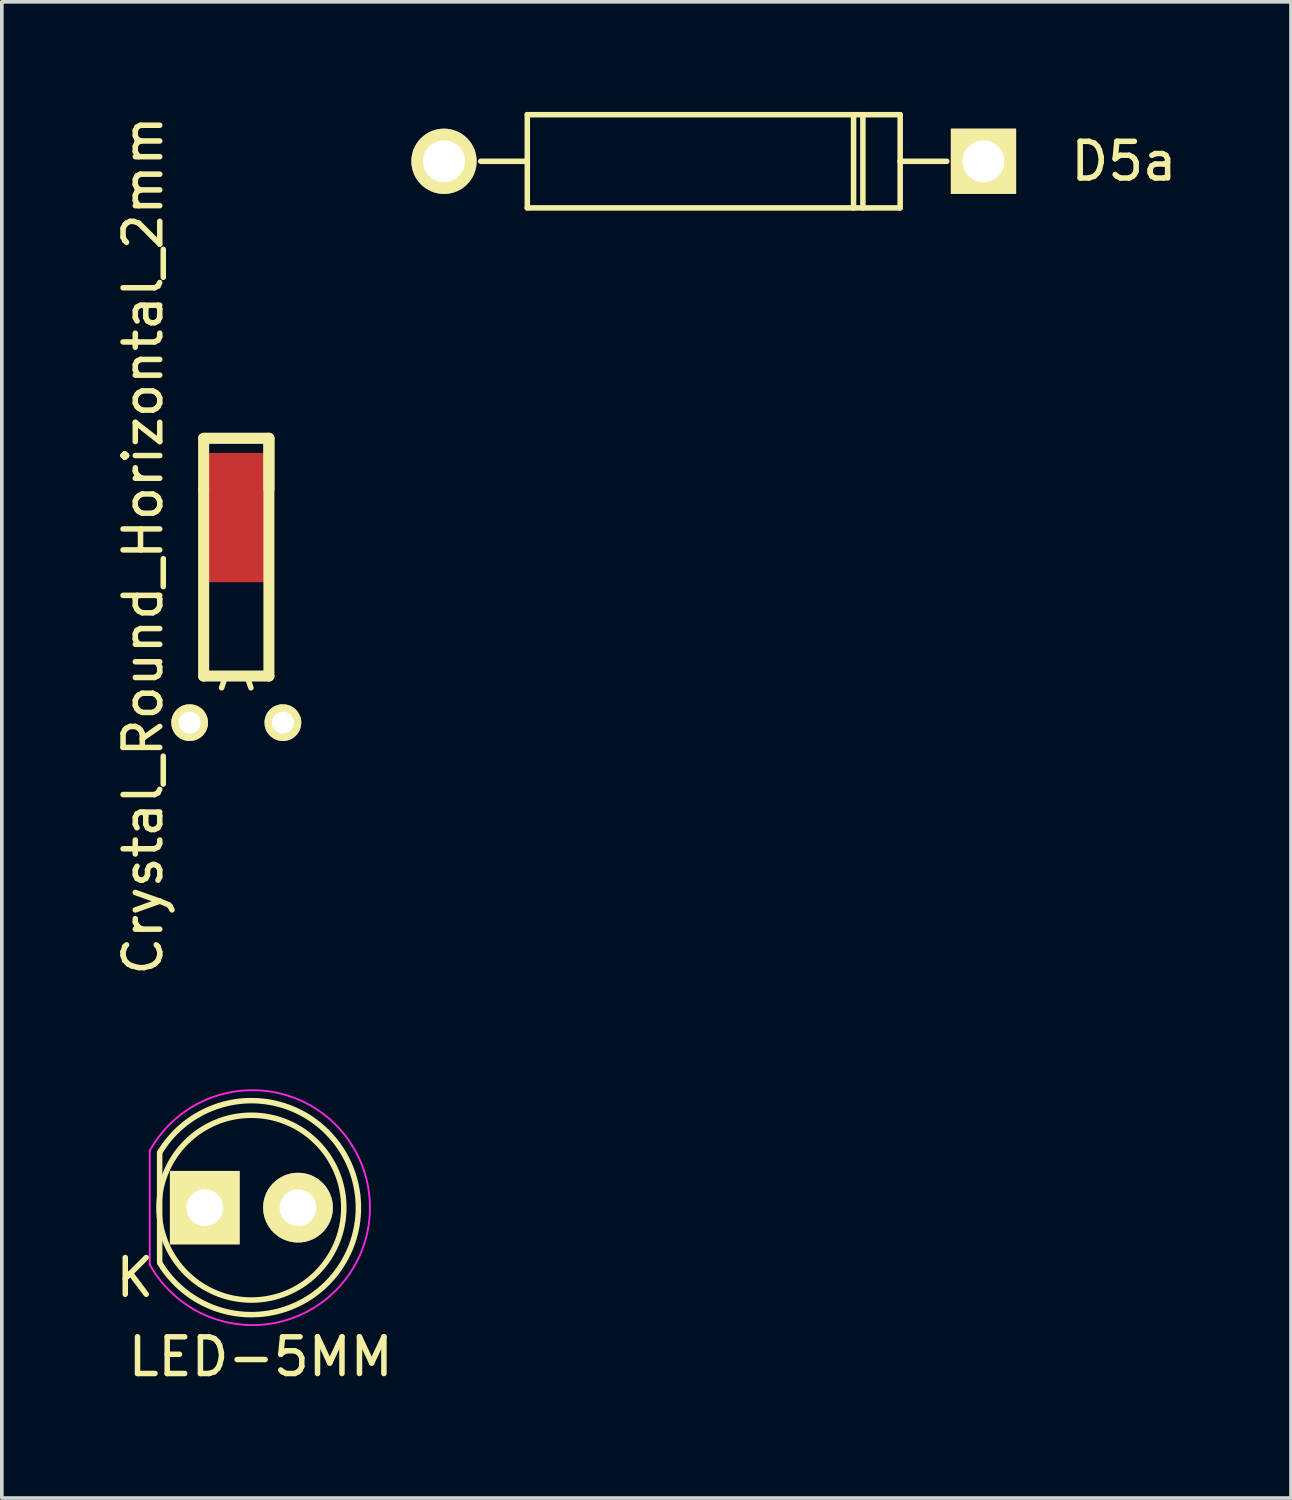
<source format=kicad_pcb>
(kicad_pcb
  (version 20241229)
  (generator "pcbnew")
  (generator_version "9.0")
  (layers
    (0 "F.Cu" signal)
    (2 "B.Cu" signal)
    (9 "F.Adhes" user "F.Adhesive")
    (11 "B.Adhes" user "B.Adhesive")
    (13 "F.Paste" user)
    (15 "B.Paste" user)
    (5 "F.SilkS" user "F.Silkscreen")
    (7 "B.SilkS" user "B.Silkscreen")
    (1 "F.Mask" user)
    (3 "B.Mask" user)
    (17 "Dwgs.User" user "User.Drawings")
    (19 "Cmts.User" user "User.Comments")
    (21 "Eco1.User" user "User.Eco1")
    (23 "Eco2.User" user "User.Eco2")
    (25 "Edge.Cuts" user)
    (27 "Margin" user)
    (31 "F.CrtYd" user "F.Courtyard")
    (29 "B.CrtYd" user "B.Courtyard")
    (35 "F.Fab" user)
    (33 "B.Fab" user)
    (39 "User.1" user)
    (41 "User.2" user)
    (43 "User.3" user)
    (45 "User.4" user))
  (footprint "Crystal_Round_Horizontal_2mm"
    (layer "F.Cu")
    (at 3.388 16.641)
    (property "Reference" "Crystal_Round_Horizontal_2mm" (at -2.54 -4.826 90) (layer "F.SilkS") (effects (font (size 1 1) (thickness 0.15))))
    (attr through_hole)
    (fp_line (start -0.899 -6.299) (end -0.899 -1.25) (stroke (width 0.15) (type solid)) (layer "F.SilkS"))
    (fp_line (start -0.889 -7.747) (end 0.889 -7.747) (stroke (width 0.3) (type solid)) (layer "F.SilkS"))
    (fp_line (start -0.889 -6.35) (end -0.889 -7.747) (stroke (width 0.3) (type solid)) (layer "F.SilkS"))
    (fp_line (start -0.889 -1.27) (end -0.889 -6.35) (stroke (width 0.3) (type solid)) (layer "F.SilkS"))
    (fp_line (start -0.3 -1.25) (end -0.399 -0.95) (stroke (width 0.15) (type solid)) (layer "F.SilkS"))
    (fp_line (start 0.3 -1.25) (end 0.399 -0.95) (stroke (width 0.15) (type solid)) (layer "F.SilkS"))
    (fp_line (start 0.889 -7.747) (end 0.889 -1.27) (stroke (width 0.3) (type solid)) (layer "F.SilkS"))
    (fp_line (start 0.889 -6.35) (end 0.889 -7.747) (stroke (width 0.3) (type solid)) (layer "F.SilkS"))
    (fp_line (start 0.889 -1.27) (end -0.889 -1.27) (stroke (width 0.3) (type solid)) (layer "F.SilkS"))
    (fp_line (start 0.899 -7.823) (end -0.899 -7.823) (stroke (width 0.15) (type solid)) (layer "F.SilkS"))
    (fp_line (start 0.899 -1.25) (end -0.899 -1.25) (stroke (width 0.15) (type solid)) (layer "F.SilkS"))
    (fp_line (start 0.899 -1.25) (end 0.899 -6.299) (stroke (width 0.15) (type solid)) (layer "F.SilkS"))
    (pad "" smd rect (at 0 -5.588) (size 1.524 3.524) (layers "F.Cu" "F.Mask" "F.Paste"))
    (pad "1" thru_hole circle (at -1.27 0) (size 1.001 1.001) (drill 0.599) (layers "*.Cu" "*.Mask" "F.SilkS"))
    (pad "2" thru_hole circle (at 1.27 0) (size 1.001 1.001) (drill 0.599) (layers "*.Cu" "*.Mask" "F.SilkS")))
  (footprint "D5a"
    (layer "F.Cu")
    (at 16.398 1.345)
    (property "Reference" "D5a" (at 11.176 0 0) (layer "F.SilkS") (effects (font (size 1 1) (thickness 0.15))))
    (attr through_hole)
    (fp_line (start -5.08 -1.27) (end -5.08 0) (stroke (width 0.15) (type solid)) (layer "F.SilkS"))
    (fp_line (start -5.08 0) (end -6.35 0) (stroke (width 0.15) (type solid)) (layer "F.SilkS"))
    (fp_line (start -5.08 0) (end -5.08 1.27) (stroke (width 0.15) (type solid)) (layer "F.SilkS"))
    (fp_line (start -5.08 1.27) (end 5.08 1.27) (stroke (width 0.15) (type solid)) (layer "F.SilkS"))
    (fp_line (start 3.81 -1.27) (end 3.81 1.27) (stroke (width 0.15) (type solid)) (layer "F.SilkS"))
    (fp_line (start 4.064 -1.27) (end 4.064 1.27) (stroke (width 0.15) (type solid)) (layer "F.SilkS"))
    (fp_line (start 5.08 -1.27) (end -5.08 -1.27) (stroke (width 0.15) (type solid)) (layer "F.SilkS"))
    (fp_line (start 5.08 0) (end 5.08 -1.27) (stroke (width 0.15) (type solid)) (layer "F.SilkS"))
    (fp_line (start 5.08 1.27) (end 5.08 0) (stroke (width 0.15) (type solid)) (layer "F.SilkS"))
    (fp_line (start 6.35 0) (end 5.08 0) (stroke (width 0.15) (type solid)) (layer "F.SilkS"))
    (pad "1" thru_hole rect (at 7.35 0) (size 1.778 1.778) (drill 1.143) (layers "*.Cu" "*.Mask" "F.SilkS"))
    (pad "2" thru_hole circle (at -7.35 0) (size 1.778 1.778) (drill 1.143) (layers "*.Cu" "*.Mask" "F.SilkS")))
  (footprint "LED-5MM"
    (layer "F.Cu")
    (at 2.53 29.856)
    (property "Reference" "LED-5MM" (at 1.524 4.064 0) (layer "F.SilkS") (effects (font (size 1 1) (thickness 0.15))))
    (attr through_hole)
    (fp_line (start -1.23 1.5) (end -1.23 -1.5) (stroke (width 0.15) (type solid)) (layer "F.SilkS"))
    (fp_arc (start -1.23 -1.5) (mid 4.18544 -0.014565) (end -1.214888 1.524904) (stroke (width 0.15) (type solid)) (layer "F.SilkS"))
    (fp_circle (center 1.27 0) (end 0.97 -2.5) (stroke (width 0.15) (type solid)) (fill no) (layer "F.SilkS"))
    (fp_line (start -1.5 -1.55) (end -1.5 1.55) (stroke (width 0.05) (type solid)) (layer "F.CrtYd"))
    (fp_arc (start -1.498248 -1.55316) (mid 4.50039 0.001807) (end -1.5 1.55) (stroke (width 0.05) (type solid)) (layer "F.CrtYd"))
    (fp_text user "K" (at -1.905 1.905 0) (layer "F.SilkS") (effects (font (size 1 1) (thickness 0.15))))
    (pad "1" thru_hole rect (at 0 0 90) (size 2 1.9) (drill 1.001) (layers "*.Cu" "*.Mask" "F.SilkS"))
    (pad "2" thru_hole circle (at 2.54 0) (size 1.9 1.9) (drill 1.001) (layers "*.Cu" "*.Mask" "F.SilkS")))
  (gr_rect
    (start -3 -3)
    (end 32.127 37.769)
    (stroke (width 0.1) (type default))
    (fill no)
    (layer "Edge.Cuts")))
</source>
